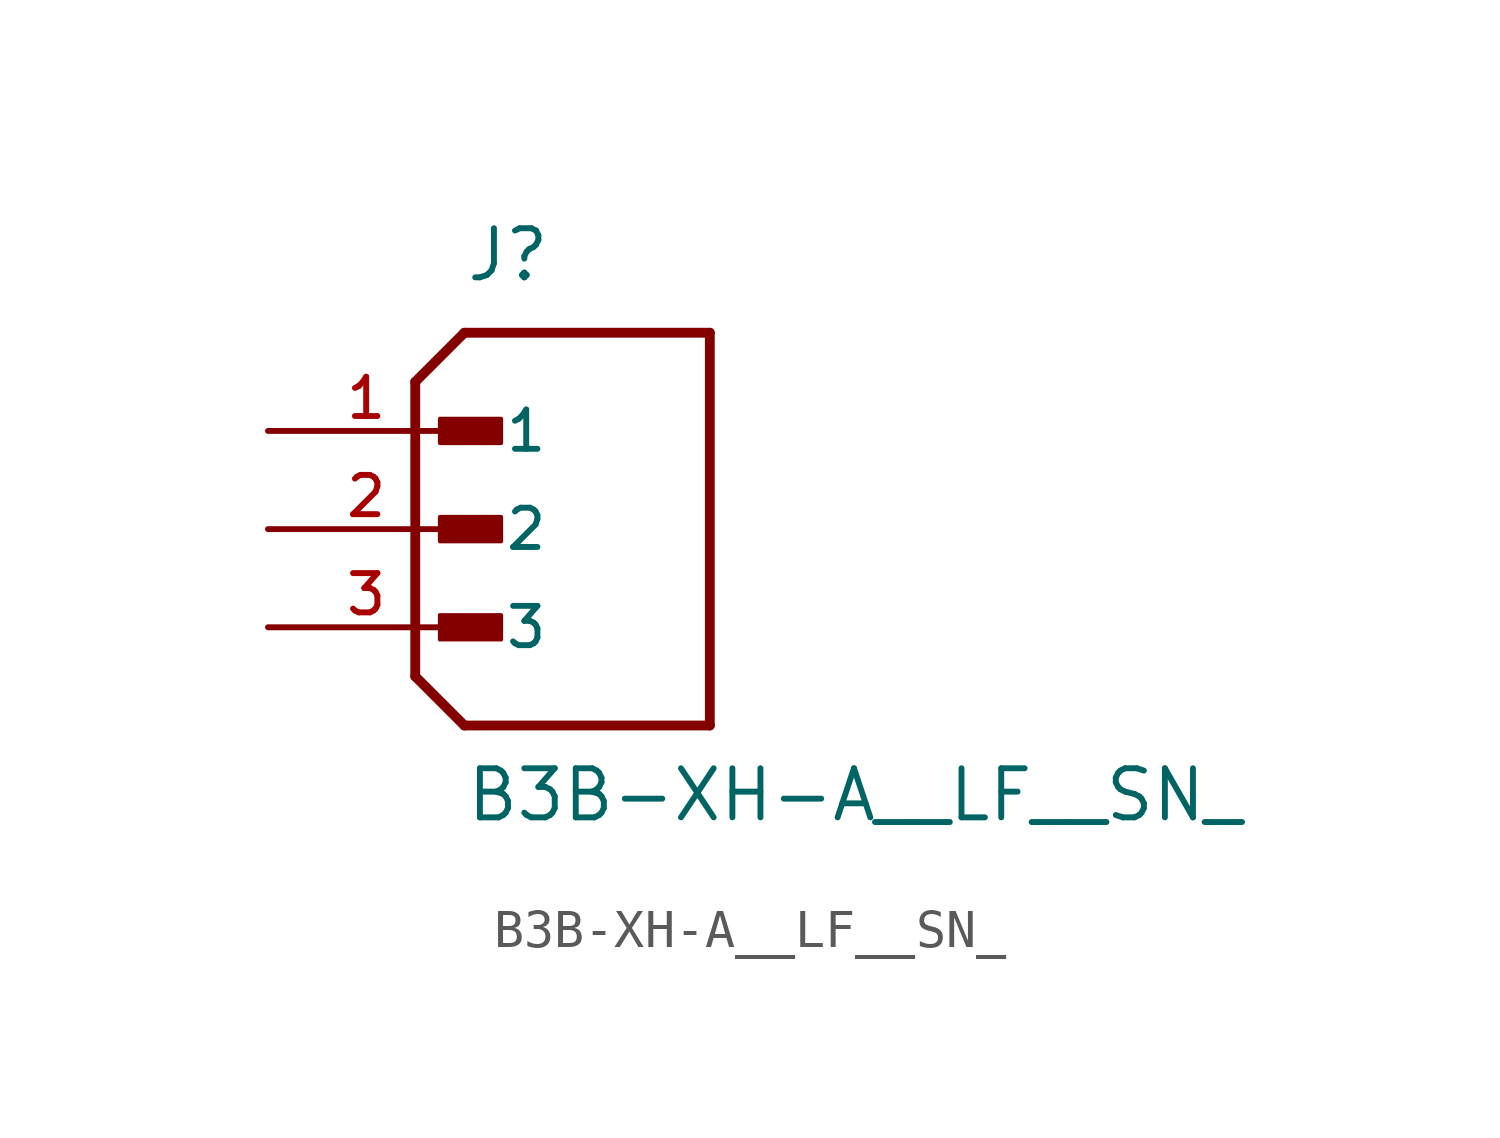
<source format=kicad_sym>
(kicad_symbol_lib
  (version 20211014)
  (generator kicad_symbol_editor)
  (symbol "B3B-XH-A__LF__SN_"
    (pin_names
      (offset 1.016))
    (property "Reference" "J"
      (at -2.54 6.35 0)
      (effects (font (size 1.27 1.27)) (justify bottom left)))
    (property "Value" "B3B-XH-A__LF__SN_"
      (at -2.54 -7.62 0)
      (effects (font (size 1.27 1.27)) (justify bottom left)))
    (symbol "B3B-XH-A__LF__SN__0_0"
      (polyline (pts (xy -3.81 3.81) (xy -2.54 5.08)) (stroke (width 0.254)))
      (polyline (pts (xy -3.81 3.81) (xy -3.81 -3.81)) (stroke (width 0.254)))
      (polyline (pts (xy -3.81 -3.81) (xy -2.54 -5.08)) (stroke (width 0.254)))
      (polyline (pts (xy -2.54 -5.08) (xy 3.81 -5.08)) (stroke (width 0.254)))
      (polyline (pts (xy 3.81 -5.08) (xy 3.81 5.08)) (stroke (width 0.254)))
      (polyline (pts (xy 3.81 5.08) (xy -2.54 5.08)) (stroke (width 0.254)))
      (rectangle (start -3.175 2.223) (end -1.587 2.857) (stroke (width 0.1)) (fill (type outline)))
      (rectangle (start -3.175 -0.318) (end -1.587 0.318) (stroke (width 0.1)) (fill (type outline)))
      (rectangle (start -3.175 -2.857) (end -1.587 -2.223) (stroke (width 0.1)) (fill (type outline)))
      (pin passive line (at -7.62 2.54 0) (length 5.08) (name "1" (effects (font (size 1.016 1.016)))) (number "1" (effects (font (size 1.016 1.016)))))
      (pin passive line (at -7.62 0.0 0) (length 5.08) (name "2" (effects (font (size 1.016 1.016)))) (number "2" (effects (font (size 1.016 1.016)))))
      (pin passive line (at -7.62 -2.54 0) (length 5.08) (name "3" (effects (font (size 1.016 1.016)))) (number "3" (effects (font (size 1.016 1.016))))))))
</source>
